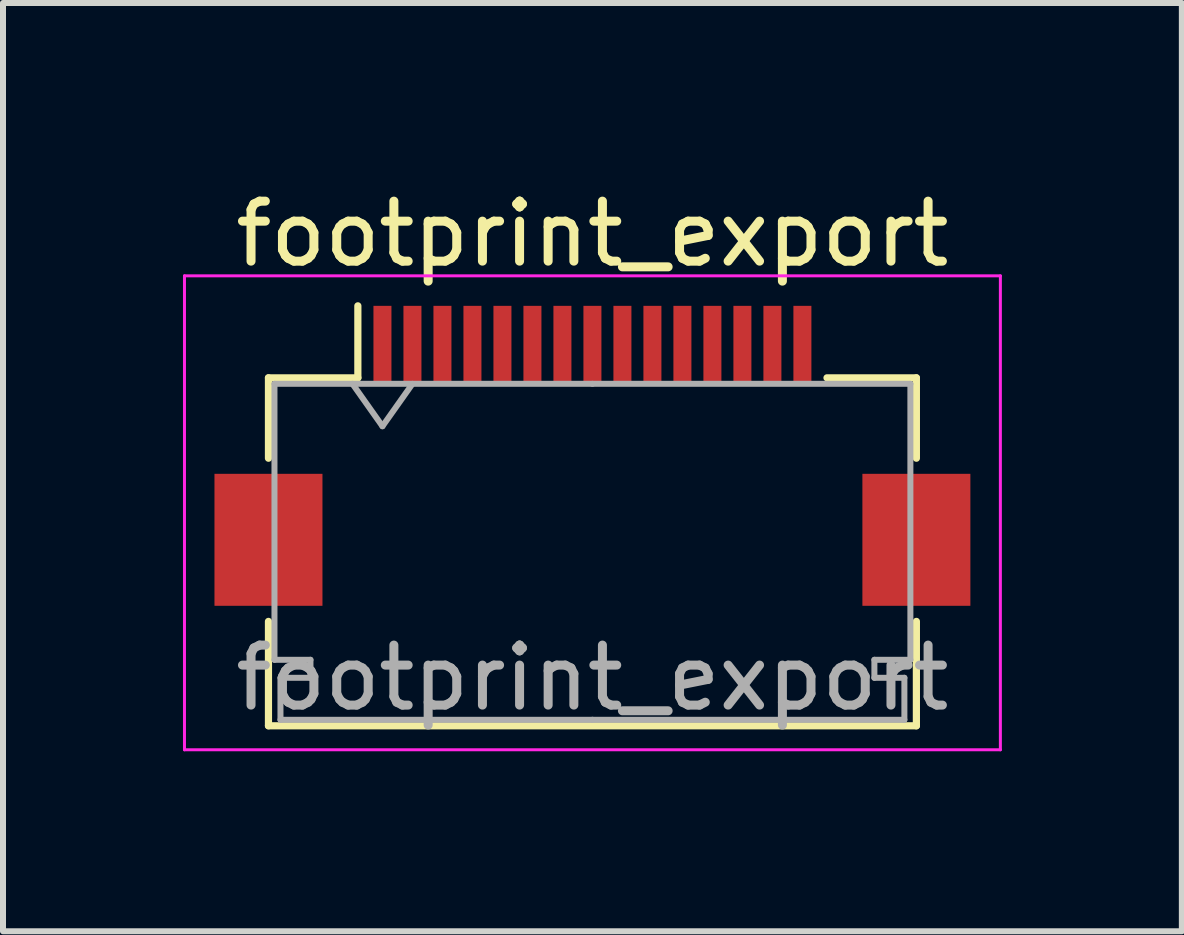
<source format=kicad_pcb>
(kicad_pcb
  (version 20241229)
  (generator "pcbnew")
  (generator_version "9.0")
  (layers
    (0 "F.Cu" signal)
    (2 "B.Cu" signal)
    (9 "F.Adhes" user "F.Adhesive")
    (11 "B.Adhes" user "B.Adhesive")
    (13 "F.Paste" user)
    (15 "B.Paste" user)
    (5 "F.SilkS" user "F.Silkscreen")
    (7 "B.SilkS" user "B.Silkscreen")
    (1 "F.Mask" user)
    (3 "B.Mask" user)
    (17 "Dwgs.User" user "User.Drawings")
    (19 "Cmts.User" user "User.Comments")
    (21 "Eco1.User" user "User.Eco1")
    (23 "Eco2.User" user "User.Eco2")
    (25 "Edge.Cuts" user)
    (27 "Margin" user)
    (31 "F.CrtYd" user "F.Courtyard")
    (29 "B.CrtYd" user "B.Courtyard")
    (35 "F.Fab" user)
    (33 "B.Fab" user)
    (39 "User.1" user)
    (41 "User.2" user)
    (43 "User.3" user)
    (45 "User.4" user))
  (footprint "footprint_export"
    (layer "F.Cu")
    (at 6.825 4.548)
    (property "Reference" "footprint_export" (at 0 -3.7 0) (layer "F.SilkS") (effects (font (size 1 1) (thickness 0.15))))
    (attr smd)
    (fp_line (start -5.4 -1.3) (end -5.4 0.04) (stroke (width 0.12) (type solid)) (layer "F.SilkS"))
    (fp_line (start -5.4 2.76) (end -5.4 4.5) (stroke (width 0.12) (type solid)) (layer "F.SilkS"))
    (fp_line (start -5.4 4.5) (end 5.4 4.5) (stroke (width 0.12) (type solid)) (layer "F.SilkS"))
    (fp_line (start -3.91 -1.3) (end -5.4 -1.3) (stroke (width 0.12) (type solid)) (layer "F.SilkS"))
    (fp_line (start -3.91 -1.3) (end -3.91 -2.5) (stroke (width 0.12) (type solid)) (layer "F.SilkS"))
    (fp_line (start 3.91 -1.3) (end 5.4 -1.3) (stroke (width 0.12) (type solid)) (layer "F.SilkS"))
    (fp_line (start 5.4 -1.3) (end 5.4 0.04) (stroke (width 0.12) (type solid)) (layer "F.SilkS"))
    (fp_line (start 5.4 4.5) (end 5.4 2.76) (stroke (width 0.12) (type solid)) (layer "F.SilkS"))
    (fp_line (start -6.8 -3) (end -6.8 4.9) (stroke (width 0.05) (type solid)) (layer "F.CrtYd"))
    (fp_line (start -6.8 4.9) (end 6.8 4.9) (stroke (width 0.05) (type solid)) (layer "F.CrtYd"))
    (fp_line (start 6.8 -3) (end -6.8 -3) (stroke (width 0.05) (type solid)) (layer "F.CrtYd"))
    (fp_line (start 6.8 4.9) (end 6.8 -3) (stroke (width 0.05) (type solid)) (layer "F.CrtYd"))
    (fp_line (start -5.3 -1.2) (end -5.3 3.4) (stroke (width 0.1) (type solid)) (layer "F.Fab"))
    (fp_line (start -5.3 3.4) (end -4.7 3.4) (stroke (width 0.1) (type solid)) (layer "F.Fab"))
    (fp_line (start -5.2 3.7) (end -5.2 4.4) (stroke (width 0.1) (type solid)) (layer "F.Fab"))
    (fp_line (start -5.2 4.4) (end 0 4.4) (stroke (width 0.1) (type solid)) (layer "F.Fab"))
    (fp_line (start -4.7 3.4) (end -4.7 3.7) (stroke (width 0.1) (type solid)) (layer "F.Fab"))
    (fp_line (start -4.7 3.7) (end -5.2 3.7) (stroke (width 0.1) (type solid)) (layer "F.Fab"))
    (fp_line (start -4 -1.2) (end -3.5 -0.493) (stroke (width 0.1) (type solid)) (layer "F.Fab"))
    (fp_line (start -3.5 -0.493) (end -3 -1.2) (stroke (width 0.1) (type solid)) (layer "F.Fab"))
    (fp_line (start 0 -1.2) (end -5.3 -1.2) (stroke (width 0.1) (type solid)) (layer "F.Fab"))
    (fp_line (start 0 -1.2) (end 5.3 -1.2) (stroke (width 0.1) (type solid)) (layer "F.Fab"))
    (fp_line (start 4.7 3.4) (end 4.7 3.7) (stroke (width 0.1) (type solid)) (layer "F.Fab"))
    (fp_line (start 4.7 3.7) (end 5.2 3.7) (stroke (width 0.1) (type solid)) (layer "F.Fab"))
    (fp_line (start 5.2 3.7) (end 5.2 4.4) (stroke (width 0.1) (type solid)) (layer "F.Fab"))
    (fp_line (start 5.2 4.4) (end 0 4.4) (stroke (width 0.1) (type solid)) (layer "F.Fab"))
    (fp_line (start 5.3 -1.2) (end 5.3 3.4) (stroke (width 0.1) (type solid)) (layer "F.Fab"))
    (fp_line (start 5.3 3.4) (end 4.7 3.4) (stroke (width 0.1) (type solid)) (layer "F.Fab"))
    (fp_text user "${REFERENCE}" (at 0 3.7 0) (layer "F.Fab") (effects (font (size 1 1) (thickness 0.15))))
    (pad "1" smd rect (at -3.5 -1.85) (size 0.3 1.3) (layers "F.Cu" "F.Mask" "F.Paste"))
    (pad "2" smd rect (at -3 -1.85) (size 0.3 1.3) (layers "F.Cu" "F.Mask" "F.Paste"))
    (pad "3" smd rect (at -2.5 -1.85) (size 0.3 1.3) (layers "F.Cu" "F.Mask" "F.Paste"))
    (pad "4" smd rect (at -2 -1.85) (size 0.3 1.3) (layers "F.Cu" "F.Mask" "F.Paste"))
    (pad "5" smd rect (at -1.5 -1.85) (size 0.3 1.3) (layers "F.Cu" "F.Mask" "F.Paste"))
    (pad "6" smd rect (at -1 -1.85) (size 0.3 1.3) (layers "F.Cu" "F.Mask" "F.Paste"))
    (pad "7" smd rect (at -0.5 -1.85) (size 0.3 1.3) (layers "F.Cu" "F.Mask" "F.Paste"))
    (pad "8" smd rect (at 0 -1.85) (size 0.3 1.3) (layers "F.Cu" "F.Mask" "F.Paste"))
    (pad "9" smd rect (at 0.5 -1.85) (size 0.3 1.3) (layers "F.Cu" "F.Mask" "F.Paste"))
    (pad "10" smd rect (at 1 -1.85) (size 0.3 1.3) (layers "F.Cu" "F.Mask" "F.Paste"))
    (pad "11" smd rect (at 1.5 -1.85) (size 0.3 1.3) (layers "F.Cu" "F.Mask" "F.Paste"))
    (pad "12" smd rect (at 2 -1.85) (size 0.3 1.3) (layers "F.Cu" "F.Mask" "F.Paste"))
    (pad "13" smd rect (at 2.5 -1.85) (size 0.3 1.3) (layers "F.Cu" "F.Mask" "F.Paste"))
    (pad "14" smd rect (at 3 -1.85) (size 0.3 1.3) (layers "F.Cu" "F.Mask" "F.Paste"))
    (pad "15" smd rect (at 3.5 -1.85) (size 0.3 1.3) (layers "F.Cu" "F.Mask" "F.Paste"))
    (pad "MP" smd rect (at -5.4 1.4) (size 1.8 2.2) (layers "F.Cu" "F.Mask" "F.Paste"))
    (pad "MP" smd rect (at 5.4 1.4) (size 1.8 2.2) (layers "F.Cu" "F.Mask" "F.Paste")))
  (gr_rect
    (start -3 -3)
    (end 16.65 12.473)
    (stroke (width 0.1) (type default))
    (fill no)
    (layer "Edge.Cuts")))
</source>
